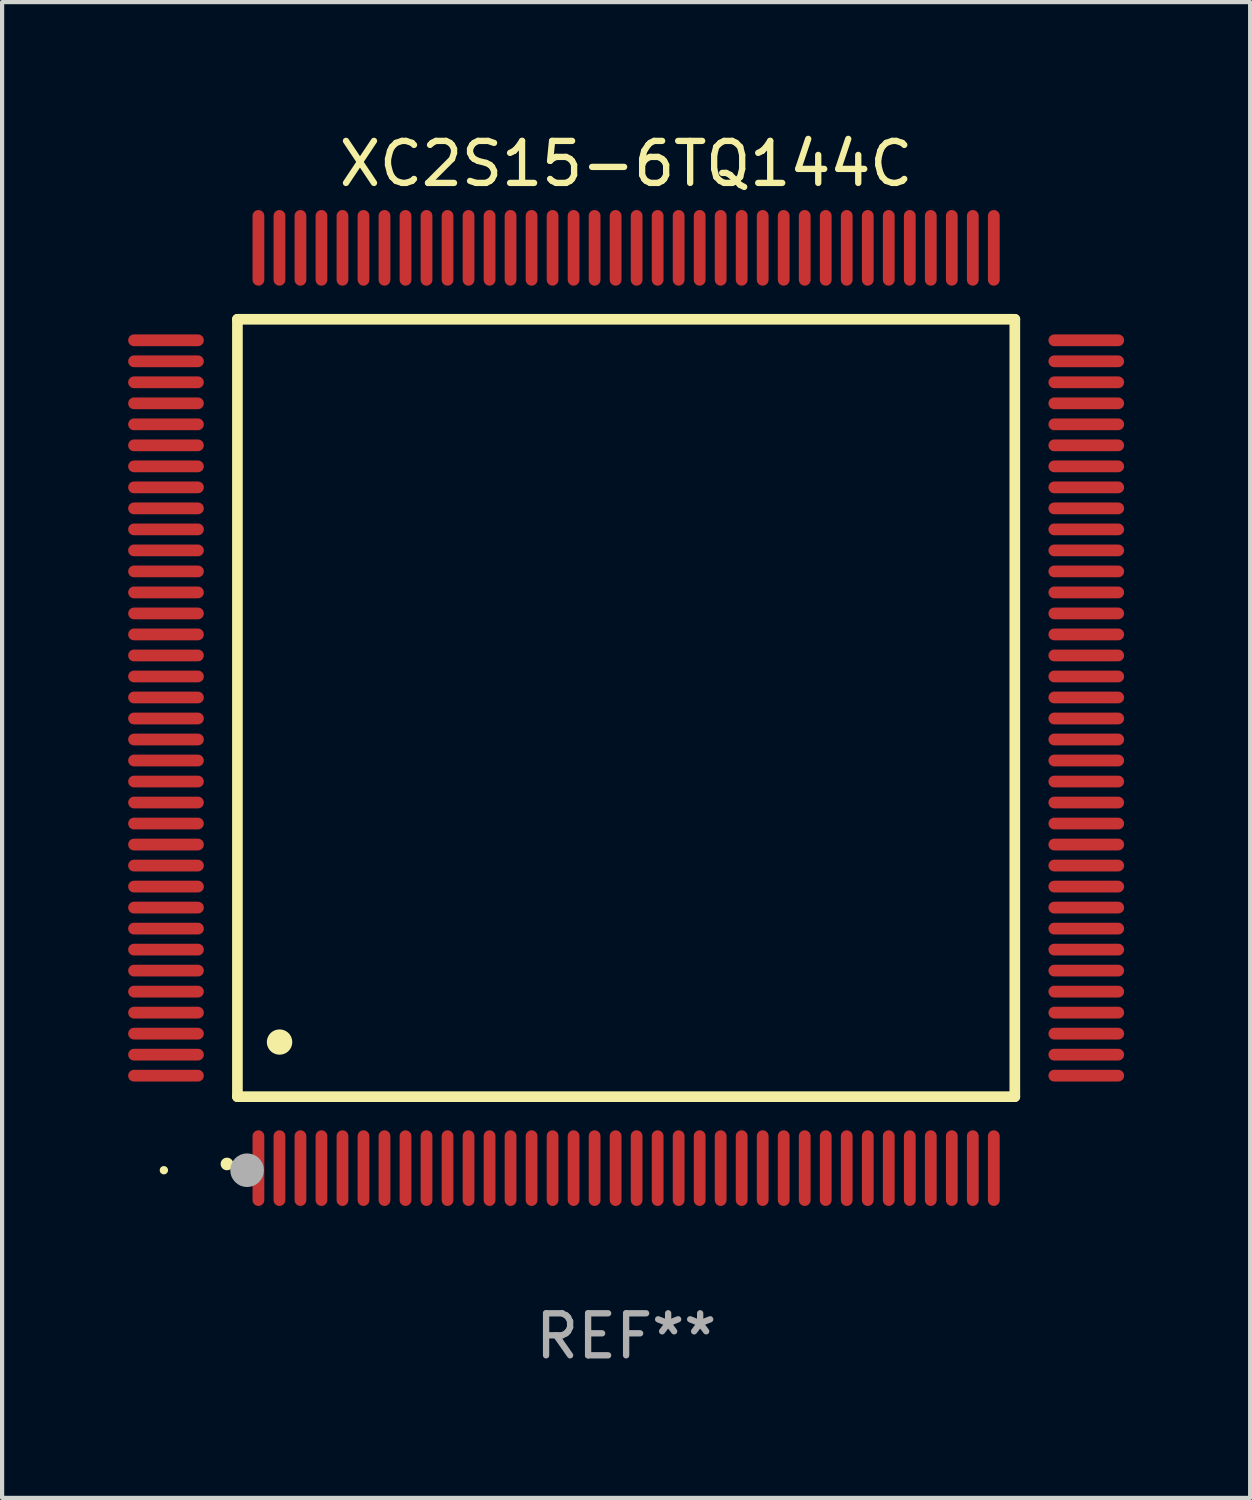
<source format=kicad_pcb>
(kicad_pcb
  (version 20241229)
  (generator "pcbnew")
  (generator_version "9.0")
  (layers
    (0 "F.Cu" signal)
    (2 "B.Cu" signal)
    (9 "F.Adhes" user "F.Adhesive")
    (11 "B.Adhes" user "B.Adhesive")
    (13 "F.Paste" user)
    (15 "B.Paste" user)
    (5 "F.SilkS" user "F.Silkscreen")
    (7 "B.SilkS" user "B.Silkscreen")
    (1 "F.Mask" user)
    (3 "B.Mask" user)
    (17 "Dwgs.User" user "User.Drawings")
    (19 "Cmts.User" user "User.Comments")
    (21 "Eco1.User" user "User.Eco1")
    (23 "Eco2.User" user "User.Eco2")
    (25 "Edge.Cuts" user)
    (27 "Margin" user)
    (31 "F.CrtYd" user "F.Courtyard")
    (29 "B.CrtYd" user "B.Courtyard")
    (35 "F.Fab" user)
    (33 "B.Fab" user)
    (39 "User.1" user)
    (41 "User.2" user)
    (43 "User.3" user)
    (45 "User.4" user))
  (footprint "XC2S15-6TQ144C"
    (layer "F.Cu")
    (at 11.85 13.798)
    (property "Reference" "XC2S15-6TQ144C" (at 0 -12.95 0) (layer "F.SilkS") (effects (font (size 1 1) (thickness 0.15))))
    (attr through_hole)
    (fp_line (start -9.25 -9.25) (end -9.25 9.25) (stroke (width 0.254) (type solid)) (layer "F.SilkS"))
    (fp_line (start -9.25 9.25) (end 9.25 9.25) (stroke (width 0.254) (type solid)) (layer "F.SilkS"))
    (fp_line (start 9.25 -9.25) (end -9.25 -9.25) (stroke (width 0.254) (type solid)) (layer "F.SilkS"))
    (fp_line (start 9.25 9.25) (end 9.25 -9.25) (stroke (width 0.254) (type solid)) (layer "F.SilkS"))
    (fp_arc (start -9.499619 10.850902) (mid -9.498349 10.850897) (end -9.497079 10.850902) (stroke (width 0.3) (type solid)) (layer "F.SilkS"))
    (fp_arc (start -8.249936 7.950216) (mid -8.247396 7.950205) (end -8.244856 7.950216) (stroke (width 0.6) (type solid)) (layer "F.SilkS"))
    (fp_circle (center -11 11) (end -10.95 11) (stroke (width 0.1) (type solid)) (fill no) (layer "F.SilkS"))
    (fp_circle (center -9.02 11) (end -8.82 11) (stroke (width 0.4) (type solid)) (fill no) (layer "F.Fab"))
    (fp_text user "REF**" (at 0 14.95 0) (layer "F.Fab") (effects (font (size 1 1) (thickness 0.15))))
    (pad "1" smd oval (at -8.75 10.95) (size 0.28 1.8) (layers "F.Cu" "F.Mask" "F.Paste"))
    (pad "2" smd oval (at -8.25 10.95) (size 0.28 1.8) (layers "F.Cu" "F.Mask" "F.Paste"))
    (pad "3" smd oval (at -7.75 10.95) (size 0.28 1.8) (layers "F.Cu" "F.Mask" "F.Paste"))
    (pad "4" smd oval (at -7.25 10.95) (size 0.28 1.8) (layers "F.Cu" "F.Mask" "F.Paste"))
    (pad "5" smd oval (at -6.75 10.95) (size 0.28 1.8) (layers "F.Cu" "F.Mask" "F.Paste"))
    (pad "6" smd oval (at -6.25 10.95) (size 0.28 1.8) (layers "F.Cu" "F.Mask" "F.Paste"))
    (pad "7" smd oval (at -5.75 10.95) (size 0.28 1.8) (layers "F.Cu" "F.Mask" "F.Paste"))
    (pad "8" smd oval (at -5.25 10.95) (size 0.28 1.8) (layers "F.Cu" "F.Mask" "F.Paste"))
    (pad "9" smd oval (at -4.75 10.95) (size 0.28 1.8) (layers "F.Cu" "F.Mask" "F.Paste"))
    (pad "10" smd oval (at -4.25 10.95) (size 0.28 1.8) (layers "F.Cu" "F.Mask" "F.Paste"))
    (pad "11" smd oval (at -3.75 10.95) (size 0.28 1.8) (layers "F.Cu" "F.Mask" "F.Paste"))
    (pad "12" smd oval (at -3.25 10.95) (size 0.28 1.8) (layers "F.Cu" "F.Mask" "F.Paste"))
    (pad "13" smd oval (at -2.75 10.95) (size 0.28 1.8) (layers "F.Cu" "F.Mask" "F.Paste"))
    (pad "14" smd oval (at -2.25 10.95) (size 0.28 1.8) (layers "F.Cu" "F.Mask" "F.Paste"))
    (pad "15" smd oval (at -1.75 10.95) (size 0.28 1.8) (layers "F.Cu" "F.Mask" "F.Paste"))
    (pad "16" smd oval (at -1.25 10.95) (size 0.28 1.8) (layers "F.Cu" "F.Mask" "F.Paste"))
    (pad "17" smd oval (at -0.75 10.95) (size 0.28 1.8) (layers "F.Cu" "F.Mask" "F.Paste"))
    (pad "18" smd oval (at -0.25 10.95) (size 0.28 1.8) (layers "F.Cu" "F.Mask" "F.Paste"))
    (pad "19" smd oval (at 0.25 10.95) (size 0.28 1.8) (layers "F.Cu" "F.Mask" "F.Paste"))
    (pad "20" smd oval (at 0.75 10.95) (size 0.28 1.8) (layers "F.Cu" "F.Mask" "F.Paste"))
    (pad "21" smd oval (at 1.25 10.95) (size 0.28 1.8) (layers "F.Cu" "F.Mask" "F.Paste"))
    (pad "22" smd oval (at 1.75 10.95) (size 0.28 1.8) (layers "F.Cu" "F.Mask" "F.Paste"))
    (pad "23" smd oval (at 2.25 10.95) (size 0.28 1.8) (layers "F.Cu" "F.Mask" "F.Paste"))
    (pad "24" smd oval (at 2.75 10.95) (size 0.28 1.8) (layers "F.Cu" "F.Mask" "F.Paste"))
    (pad "25" smd oval (at 3.25 10.95) (size 0.28 1.8) (layers "F.Cu" "F.Mask" "F.Paste"))
    (pad "26" smd oval (at 3.75 10.95) (size 0.28 1.8) (layers "F.Cu" "F.Mask" "F.Paste"))
    (pad "27" smd oval (at 4.25 10.95) (size 0.28 1.8) (layers "F.Cu" "F.Mask" "F.Paste"))
    (pad "28" smd oval (at 4.75 10.95) (size 0.28 1.8) (layers "F.Cu" "F.Mask" "F.Paste"))
    (pad "29" smd oval (at 5.25 10.95) (size 0.28 1.8) (layers "F.Cu" "F.Mask" "F.Paste"))
    (pad "30" smd oval (at 5.75 10.95) (size 0.28 1.8) (layers "F.Cu" "F.Mask" "F.Paste"))
    (pad "31" smd oval (at 6.25 10.95) (size 0.28 1.8) (layers "F.Cu" "F.Mask" "F.Paste"))
    (pad "32" smd oval (at 6.75 10.95) (size 0.28 1.8) (layers "F.Cu" "F.Mask" "F.Paste"))
    (pad "33" smd oval (at 7.25 10.95) (size 0.28 1.8) (layers "F.Cu" "F.Mask" "F.Paste"))
    (pad "34" smd oval (at 7.75 10.95) (size 0.28 1.8) (layers "F.Cu" "F.Mask" "F.Paste"))
    (pad "35" smd oval (at 8.25 10.95) (size 0.28 1.8) (layers "F.Cu" "F.Mask" "F.Paste"))
    (pad "36" smd oval (at 8.75 10.95) (size 0.28 1.8) (layers "F.Cu" "F.Mask" "F.Paste"))
    (pad "37" smd oval (at 10.95 8.75) (size 1.8 0.28) (layers "F.Cu" "F.Mask" "F.Paste"))
    (pad "38" smd oval (at 10.95 8.25) (size 1.8 0.28) (layers "F.Cu" "F.Mask" "F.Paste"))
    (pad "39" smd oval (at 10.95 7.75) (size 1.8 0.28) (layers "F.Cu" "F.Mask" "F.Paste"))
    (pad "40" smd oval (at 10.95 7.25) (size 1.8 0.28) (layers "F.Cu" "F.Mask" "F.Paste"))
    (pad "41" smd oval (at 10.95 6.75) (size 1.8 0.28) (layers "F.Cu" "F.Mask" "F.Paste"))
    (pad "42" smd oval (at 10.95 6.25) (size 1.8 0.28) (layers "F.Cu" "F.Mask" "F.Paste"))
    (pad "43" smd oval (at 10.95 5.75) (size 1.8 0.28) (layers "F.Cu" "F.Mask" "F.Paste"))
    (pad "44" smd oval (at 10.95 5.25) (size 1.8 0.28) (layers "F.Cu" "F.Mask" "F.Paste"))
    (pad "45" smd oval (at 10.95 4.75) (size 1.8 0.28) (layers "F.Cu" "F.Mask" "F.Paste"))
    (pad "46" smd oval (at 10.95 4.25) (size 1.8 0.28) (layers "F.Cu" "F.Mask" "F.Paste"))
    (pad "47" smd oval (at 10.95 3.75) (size 1.8 0.28) (layers "F.Cu" "F.Mask" "F.Paste"))
    (pad "48" smd oval (at 10.95 3.25) (size 1.8 0.28) (layers "F.Cu" "F.Mask" "F.Paste"))
    (pad "49" smd oval (at 10.95 2.75) (size 1.8 0.28) (layers "F.Cu" "F.Mask" "F.Paste"))
    (pad "50" smd oval (at 10.95 2.25) (size 1.8 0.28) (layers "F.Cu" "F.Mask" "F.Paste"))
    (pad "51" smd oval (at 10.95 1.75) (size 1.8 0.28) (layers "F.Cu" "F.Mask" "F.Paste"))
    (pad "52" smd oval (at 10.95 1.25) (size 1.8 0.28) (layers "F.Cu" "F.Mask" "F.Paste"))
    (pad "53" smd oval (at 10.95 0.75) (size 1.8 0.28) (layers "F.Cu" "F.Mask" "F.Paste"))
    (pad "54" smd oval (at 10.95 0.25) (size 1.8 0.28) (layers "F.Cu" "F.Mask" "F.Paste"))
    (pad "55" smd oval (at 10.95 -0.25) (size 1.8 0.28) (layers "F.Cu" "F.Mask" "F.Paste"))
    (pad "56" smd oval (at 10.95 -0.75) (size 1.8 0.28) (layers "F.Cu" "F.Mask" "F.Paste"))
    (pad "57" smd oval (at 10.95 -1.25) (size 1.8 0.28) (layers "F.Cu" "F.Mask" "F.Paste"))
    (pad "58" smd oval (at 10.95 -1.75) (size 1.8 0.28) (layers "F.Cu" "F.Mask" "F.Paste"))
    (pad "59" smd oval (at 10.95 -2.25) (size 1.8 0.28) (layers "F.Cu" "F.Mask" "F.Paste"))
    (pad "60" smd oval (at 10.95 -2.75) (size 1.8 0.28) (layers "F.Cu" "F.Mask" "F.Paste"))
    (pad "61" smd oval (at 10.95 -3.25) (size 1.8 0.28) (layers "F.Cu" "F.Mask" "F.Paste"))
    (pad "62" smd oval (at 10.95 -3.75) (size 1.8 0.28) (layers "F.Cu" "F.Mask" "F.Paste"))
    (pad "63" smd oval (at 10.95 -4.25) (size 1.8 0.28) (layers "F.Cu" "F.Mask" "F.Paste"))
    (pad "64" smd oval (at 10.95 -4.75) (size 1.8 0.28) (layers "F.Cu" "F.Mask" "F.Paste"))
    (pad "65" smd oval (at 10.95 -5.25) (size 1.8 0.28) (layers "F.Cu" "F.Mask" "F.Paste"))
    (pad "66" smd oval (at 10.95 -5.75) (size 1.8 0.28) (layers "F.Cu" "F.Mask" "F.Paste"))
    (pad "67" smd oval (at 10.95 -6.25) (size 1.8 0.28) (layers "F.Cu" "F.Mask" "F.Paste"))
    (pad "68" smd oval (at 10.95 -6.75) (size 1.8 0.28) (layers "F.Cu" "F.Mask" "F.Paste"))
    (pad "69" smd oval (at 10.95 -7.25) (size 1.8 0.28) (layers "F.Cu" "F.Mask" "F.Paste"))
    (pad "70" smd oval (at 10.95 -7.75) (size 1.8 0.28) (layers "F.Cu" "F.Mask" "F.Paste"))
    (pad "71" smd oval (at 10.95 -8.25) (size 1.8 0.28) (layers "F.Cu" "F.Mask" "F.Paste"))
    (pad "72" smd oval (at 10.95 -8.75) (size 1.8 0.28) (layers "F.Cu" "F.Mask" "F.Paste"))
    (pad "73" smd oval (at 8.75 -10.95) (size 0.28 1.8) (layers "F.Cu" "F.Mask" "F.Paste"))
    (pad "74" smd oval (at 8.25 -10.95) (size 0.28 1.8) (layers "F.Cu" "F.Mask" "F.Paste"))
    (pad "75" smd oval (at 7.75 -10.95) (size 0.28 1.8) (layers "F.Cu" "F.Mask" "F.Paste"))
    (pad "76" smd oval (at 7.25 -10.95) (size 0.28 1.8) (layers "F.Cu" "F.Mask" "F.Paste"))
    (pad "77" smd oval (at 6.75 -10.95) (size 0.28 1.8) (layers "F.Cu" "F.Mask" "F.Paste"))
    (pad "78" smd oval (at 6.25 -10.95) (size 0.28 1.8) (layers "F.Cu" "F.Mask" "F.Paste"))
    (pad "79" smd oval (at 5.75 -10.95) (size 0.28 1.8) (layers "F.Cu" "F.Mask" "F.Paste"))
    (pad "80" smd oval (at 5.25 -10.95) (size 0.28 1.8) (layers "F.Cu" "F.Mask" "F.Paste"))
    (pad "81" smd oval (at 4.75 -10.95) (size 0.28 1.8) (layers "F.Cu" "F.Mask" "F.Paste"))
    (pad "82" smd oval (at 4.25 -10.95) (size 0.28 1.8) (layers "F.Cu" "F.Mask" "F.Paste"))
    (pad "83" smd oval (at 3.75 -10.95) (size 0.28 1.8) (layers "F.Cu" "F.Mask" "F.Paste"))
    (pad "84" smd oval (at 3.25 -10.95) (size 0.28 1.8) (layers "F.Cu" "F.Mask" "F.Paste"))
    (pad "85" smd oval (at 2.75 -10.95) (size 0.28 1.8) (layers "F.Cu" "F.Mask" "F.Paste"))
    (pad "86" smd oval (at 2.25 -10.95) (size 0.28 1.8) (layers "F.Cu" "F.Mask" "F.Paste"))
    (pad "87" smd oval (at 1.75 -10.95) (size 0.28 1.8) (layers "F.Cu" "F.Mask" "F.Paste"))
    (pad "88" smd oval (at 1.25 -10.95) (size 0.28 1.8) (layers "F.Cu" "F.Mask" "F.Paste"))
    (pad "89" smd oval (at 0.75 -10.95) (size 0.28 1.8) (layers "F.Cu" "F.Mask" "F.Paste"))
    (pad "90" smd oval (at 0.25 -10.95) (size 0.28 1.8) (layers "F.Cu" "F.Mask" "F.Paste"))
    (pad "91" smd oval (at -0.25 -10.95) (size 0.28 1.8) (layers "F.Cu" "F.Mask" "F.Paste"))
    (pad "92" smd oval (at -0.75 -10.95) (size 0.28 1.8) (layers "F.Cu" "F.Mask" "F.Paste"))
    (pad "93" smd oval (at -1.25 -10.95) (size 0.28 1.8) (layers "F.Cu" "F.Mask" "F.Paste"))
    (pad "94" smd oval (at -1.75 -10.95) (size 0.28 1.8) (layers "F.Cu" "F.Mask" "F.Paste"))
    (pad "95" smd oval (at -2.25 -10.95) (size 0.28 1.8) (layers "F.Cu" "F.Mask" "F.Paste"))
    (pad "96" smd oval (at -2.75 -10.95) (size 0.28 1.8) (layers "F.Cu" "F.Mask" "F.Paste"))
    (pad "97" smd oval (at -3.25 -10.95) (size 0.28 1.8) (layers "F.Cu" "F.Mask" "F.Paste"))
    (pad "98" smd oval (at -3.75 -10.95) (size 0.28 1.8) (layers "F.Cu" "F.Mask" "F.Paste"))
    (pad "99" smd oval (at -4.25 -10.95) (size 0.28 1.8) (layers "F.Cu" "F.Mask" "F.Paste"))
    (pad "100" smd oval (at -4.75 -10.95) (size 0.28 1.8) (layers "F.Cu" "F.Mask" "F.Paste"))
    (pad "101" smd oval (at -5.25 -10.95) (size 0.28 1.8) (layers "F.Cu" "F.Mask" "F.Paste"))
    (pad "102" smd oval (at -5.75 -10.95) (size 0.28 1.8) (layers "F.Cu" "F.Mask" "F.Paste"))
    (pad "103" smd oval (at -6.25 -10.95) (size 0.28 1.8) (layers "F.Cu" "F.Mask" "F.Paste"))
    (pad "104" smd oval (at -6.75 -10.95) (size 0.28 1.8) (layers "F.Cu" "F.Mask" "F.Paste"))
    (pad "105" smd oval (at -7.25 -10.95) (size 0.28 1.8) (layers "F.Cu" "F.Mask" "F.Paste"))
    (pad "106" smd oval (at -7.75 -10.95) (size 0.28 1.8) (layers "F.Cu" "F.Mask" "F.Paste"))
    (pad "107" smd oval (at -8.25 -10.95) (size 0.28 1.8) (layers "F.Cu" "F.Mask" "F.Paste"))
    (pad "108" smd oval (at -8.75 -10.95) (size 0.28 1.8) (layers "F.Cu" "F.Mask" "F.Paste"))
    (pad "109" smd oval (at -10.95 -8.75) (size 1.8 0.28) (layers "F.Cu" "F.Mask" "F.Paste"))
    (pad "110" smd oval (at -10.95 -8.25) (size 1.8 0.28) (layers "F.Cu" "F.Mask" "F.Paste"))
    (pad "111" smd oval (at -10.95 -7.75) (size 1.8 0.28) (layers "F.Cu" "F.Mask" "F.Paste"))
    (pad "112" smd oval (at -10.95 -7.25) (size 1.8 0.28) (layers "F.Cu" "F.Mask" "F.Paste"))
    (pad "113" smd oval (at -10.95 -6.75) (size 1.8 0.28) (layers "F.Cu" "F.Mask" "F.Paste"))
    (pad "114" smd oval (at -10.95 -6.25) (size 1.8 0.28) (layers "F.Cu" "F.Mask" "F.Paste"))
    (pad "115" smd oval (at -10.95 -5.75) (size 1.8 0.28) (layers "F.Cu" "F.Mask" "F.Paste"))
    (pad "116" smd oval (at -10.95 -5.25) (size 1.8 0.28) (layers "F.Cu" "F.Mask" "F.Paste"))
    (pad "117" smd oval (at -10.95 -4.75) (size 1.8 0.28) (layers "F.Cu" "F.Mask" "F.Paste"))
    (pad "118" smd oval (at -10.95 -4.25) (size 1.8 0.28) (layers "F.Cu" "F.Mask" "F.Paste"))
    (pad "119" smd oval (at -10.95 -3.75) (size 1.8 0.28) (layers "F.Cu" "F.Mask" "F.Paste"))
    (pad "120" smd oval (at -10.95 -3.25) (size 1.8 0.28) (layers "F.Cu" "F.Mask" "F.Paste"))
    (pad "121" smd oval (at -10.95 -2.75) (size 1.8 0.28) (layers "F.Cu" "F.Mask" "F.Paste"))
    (pad "122" smd oval (at -10.95 -2.25) (size 1.8 0.28) (layers "F.Cu" "F.Mask" "F.Paste"))
    (pad "123" smd oval (at -10.95 -1.75) (size 1.8 0.28) (layers "F.Cu" "F.Mask" "F.Paste"))
    (pad "124" smd oval (at -10.95 -1.25) (size 1.8 0.28) (layers "F.Cu" "F.Mask" "F.Paste"))
    (pad "125" smd oval (at -10.95 -0.75) (size 1.8 0.28) (layers "F.Cu" "F.Mask" "F.Paste"))
    (pad "126" smd oval (at -10.95 -0.25) (size 1.8 0.28) (layers "F.Cu" "F.Mask" "F.Paste"))
    (pad "127" smd oval (at -10.95 0.25) (size 1.8 0.28) (layers "F.Cu" "F.Mask" "F.Paste"))
    (pad "128" smd oval (at -10.95 0.75) (size 1.8 0.28) (layers "F.Cu" "F.Mask" "F.Paste"))
    (pad "129" smd oval (at -10.95 1.25) (size 1.8 0.28) (layers "F.Cu" "F.Mask" "F.Paste"))
    (pad "130" smd oval (at -10.95 1.75) (size 1.8 0.28) (layers "F.Cu" "F.Mask" "F.Paste"))
    (pad "131" smd oval (at -10.95 2.25) (size 1.8 0.28) (layers "F.Cu" "F.Mask" "F.Paste"))
    (pad "132" smd oval (at -10.95 2.75) (size 1.8 0.28) (layers "F.Cu" "F.Mask" "F.Paste"))
    (pad "133" smd oval (at -10.95 3.25) (size 1.8 0.28) (layers "F.Cu" "F.Mask" "F.Paste"))
    (pad "134" smd oval (at -10.95 3.75) (size 1.8 0.28) (layers "F.Cu" "F.Mask" "F.Paste"))
    (pad "135" smd oval (at -10.95 4.25) (size 1.8 0.28) (layers "F.Cu" "F.Mask" "F.Paste"))
    (pad "136" smd oval (at -10.95 4.75) (size 1.8 0.28) (layers "F.Cu" "F.Mask" "F.Paste"))
    (pad "137" smd oval (at -10.95 5.25) (size 1.8 0.28) (layers "F.Cu" "F.Mask" "F.Paste"))
    (pad "138" smd oval (at -10.95 5.75) (size 1.8 0.28) (layers "F.Cu" "F.Mask" "F.Paste"))
    (pad "139" smd oval (at -10.95 6.25) (size 1.8 0.28) (layers "F.Cu" "F.Mask" "F.Paste"))
    (pad "140" smd oval (at -10.95 6.75) (size 1.8 0.28) (layers "F.Cu" "F.Mask" "F.Paste"))
    (pad "141" smd oval (at -10.95 7.25) (size 1.8 0.28) (layers "F.Cu" "F.Mask" "F.Paste"))
    (pad "142" smd oval (at -10.95 7.75) (size 1.8 0.28) (layers "F.Cu" "F.Mask" "F.Paste"))
    (pad "143" smd oval (at -10.95 8.25) (size 1.8 0.28) (layers "F.Cu" "F.Mask" "F.Paste"))
    (pad "144" smd oval (at -10.95 8.75) (size 1.8 0.28) (layers "F.Cu" "F.Mask" "F.Paste")))
  (gr_rect
    (start -3 -3)
    (end 26.7 32.596)
    (stroke (width 0.1) (type default))
    (fill no)
    (layer "Edge.Cuts")))
</source>
